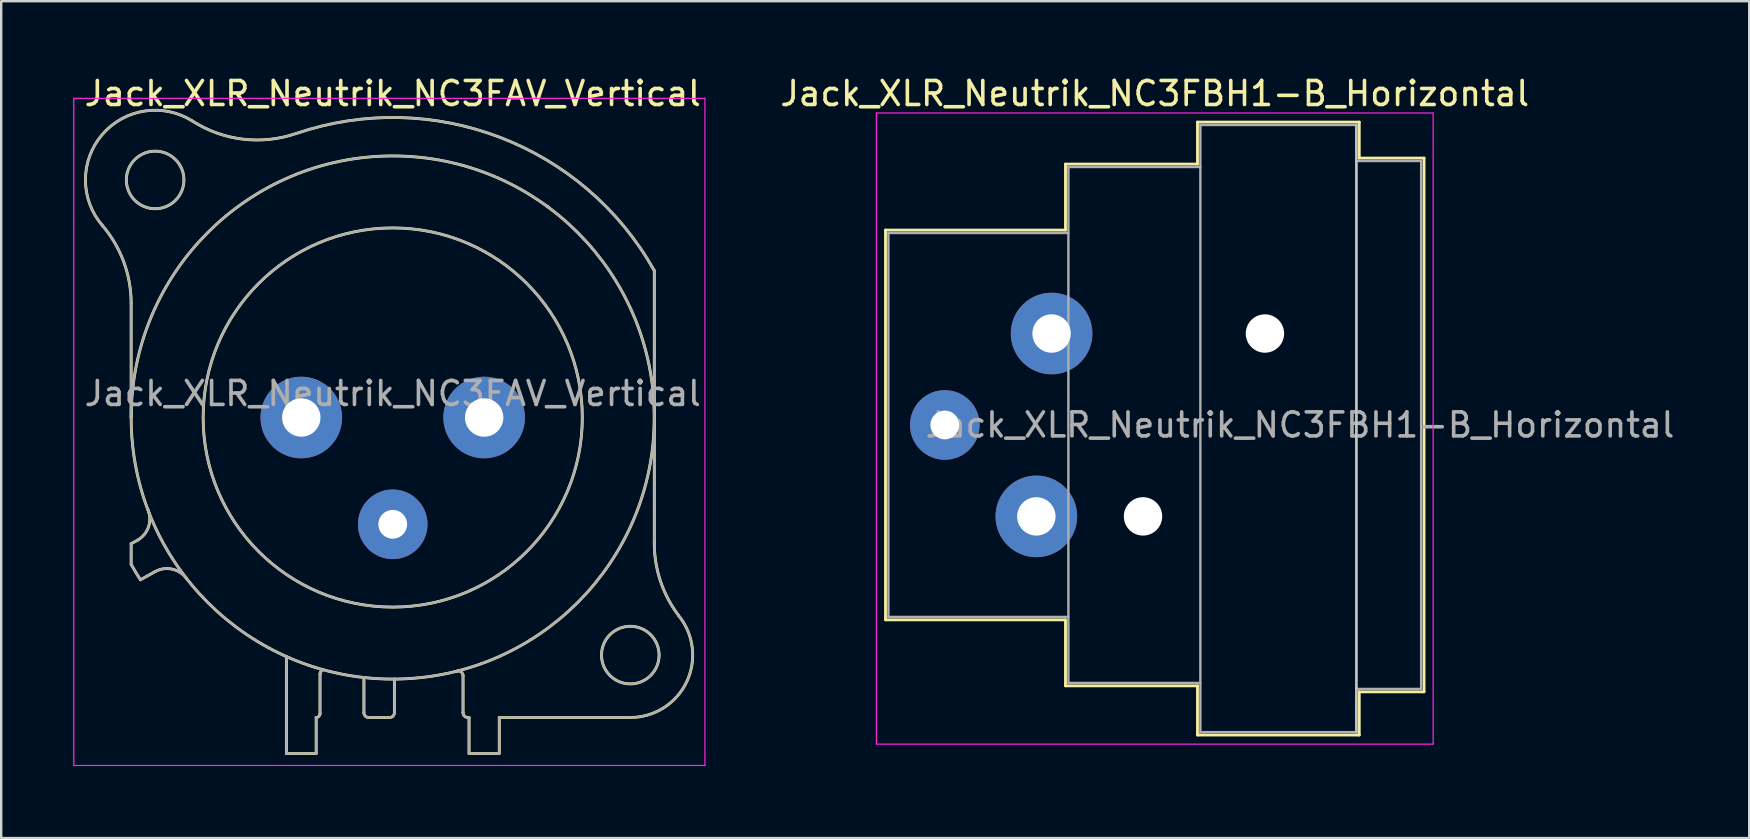
<source format=kicad_pcb>
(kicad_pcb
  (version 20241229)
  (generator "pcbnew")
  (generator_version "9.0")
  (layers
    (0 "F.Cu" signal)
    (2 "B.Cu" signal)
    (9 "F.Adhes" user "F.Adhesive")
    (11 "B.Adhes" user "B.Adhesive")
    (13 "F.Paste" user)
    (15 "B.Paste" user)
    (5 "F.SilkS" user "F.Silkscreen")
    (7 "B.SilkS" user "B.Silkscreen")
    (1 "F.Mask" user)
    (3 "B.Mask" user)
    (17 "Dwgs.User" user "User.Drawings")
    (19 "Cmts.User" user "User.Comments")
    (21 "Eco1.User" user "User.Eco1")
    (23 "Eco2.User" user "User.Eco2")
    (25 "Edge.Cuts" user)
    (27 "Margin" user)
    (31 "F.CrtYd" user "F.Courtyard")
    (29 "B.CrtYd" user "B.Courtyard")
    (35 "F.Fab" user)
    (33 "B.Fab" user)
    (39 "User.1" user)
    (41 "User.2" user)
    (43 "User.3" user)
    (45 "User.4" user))
  (footprint "Jack_XLR_Neutrik_NC3FBH1-B_Horizontal"
    (layer "F.Cu")
    (at 40.77 10.848)
    (property "Reference" "Jack_XLR_Neutrik_NC3FBH1-B_Horizontal" (at 4.3 -10 0) (layer "F.SilkS") (effects (font (size 1 1) (thickness 0.15))))
    (attr through_hole)
    (fp_line (start -6.92 -4.31) (end -6.92 11.93) (stroke (width 0.12) (type solid)) (layer "F.SilkS"))
    (fp_line (start 0.58 -7.06) (end 0.58 -4.31) (stroke (width 0.12) (type solid)) (layer "F.SilkS"))
    (fp_line (start 0.58 -4.31) (end -6.92 -4.31) (stroke (width 0.12) (type solid)) (layer "F.SilkS"))
    (fp_line (start 0.58 11.93) (end -6.92 11.93) (stroke (width 0.12) (type solid)) (layer "F.SilkS"))
    (fp_line (start 0.58 11.93) (end 0.58 14.68) (stroke (width 0.12) (type solid)) (layer "F.SilkS"))
    (fp_line (start 6.08 -7.06) (end 0.58 -7.06) (stroke (width 0.12) (type solid)) (layer "F.SilkS"))
    (fp_line (start 6.08 -7.06) (end 6.08 -8.81) (stroke (width 0.12) (type solid)) (layer "F.SilkS"))
    (fp_line (start 6.08 14.68) (end 0.58 14.68) (stroke (width 0.12) (type solid)) (layer "F.SilkS"))
    (fp_line (start 6.08 16.73) (end 6.08 14.68) (stroke (width 0.12) (type solid)) (layer "F.SilkS"))
    (fp_line (start 12.82 -8.81) (end 6.08 -8.81) (stroke (width 0.12) (type solid)) (layer "F.SilkS"))
    (fp_line (start 12.82 -8.81) (end 12.82 -7.31) (stroke (width 0.12) (type solid)) (layer "F.SilkS"))
    (fp_line (start 12.82 -7.31) (end 15.52 -7.31) (stroke (width 0.12) (type solid)) (layer "F.SilkS"))
    (fp_line (start 12.82 14.93) (end 12.82 16.73) (stroke (width 0.12) (type solid)) (layer "F.SilkS"))
    (fp_line (start 12.82 14.93) (end 15.52 14.93) (stroke (width 0.12) (type solid)) (layer "F.SilkS"))
    (fp_line (start 12.82 16.73) (end 6.08 16.73) (stroke (width 0.12) (type solid)) (layer "F.SilkS"))
    (fp_line (start 15.52 -7.31) (end 15.52 14.93) (stroke (width 0.12) (type solid)) (layer "F.SilkS"))
    (fp_line (start 12.7 -8.69) (end 12.7 16.61) (stroke (width 0.1) (type solid)) (layer "Dwgs.User"))
    (fp_line (start -7.3 -9.19) (end -7.3 17.11) (stroke (width 0.05) (type solid)) (layer "F.CrtYd"))
    (fp_line (start 15.9 -9.19) (end -7.3 -9.19) (stroke (width 0.05) (type solid)) (layer "F.CrtYd"))
    (fp_line (start 15.9 -9.19) (end 15.9 17.11) (stroke (width 0.05) (type solid)) (layer "F.CrtYd"))
    (fp_line (start 15.9 17.11) (end -7.3 17.11) (stroke (width 0.05) (type solid)) (layer "F.CrtYd"))
    (fp_line (start -6.8 -4.19) (end -6.8 11.81) (stroke (width 0.1) (type solid)) (layer "F.Fab"))
    (fp_line (start -6.8 11.81) (end 0.7 11.81) (stroke (width 0.1) (type solid)) (layer "F.Fab"))
    (fp_line (start 0.7 -6.94) (end 0.7 14.56) (stroke (width 0.1) (type solid)) (layer "F.Fab"))
    (fp_line (start 0.7 -4.19) (end -6.8 -4.19) (stroke (width 0.1) (type solid)) (layer "F.Fab"))
    (fp_line (start 0.7 14.56) (end 6.2 14.56) (stroke (width 0.1) (type solid)) (layer "F.Fab"))
    (fp_line (start 6.2 -8.69) (end 12.7 -8.69) (stroke (width 0.1) (type solid)) (layer "F.Fab"))
    (fp_line (start 6.2 -6.94) (end 0.7 -6.94) (stroke (width 0.1) (type solid)) (layer "F.Fab"))
    (fp_line (start 6.2 16.61) (end 6.2 -8.69) (stroke (width 0.1) (type solid)) (layer "F.Fab"))
    (fp_line (start 12.7 -8.69) (end 12.7 16.61) (stroke (width 0.1) (type solid)) (layer "F.Fab"))
    (fp_line (start 12.7 -7.19) (end 15.4 -7.19) (stroke (width 0.1) (type solid)) (layer "F.Fab"))
    (fp_line (start 12.7 16.61) (end 6.2 16.61) (stroke (width 0.1) (type solid)) (layer "F.Fab"))
    (fp_line (start 15.4 -7.19) (end 15.4 14.81) (stroke (width 0.1) (type solid)) (layer "F.Fab"))
    (fp_line (start 15.4 14.81) (end 12.7 14.81) (stroke (width 0.1) (type solid)) (layer "F.Fab"))
    (fp_text user "${REFERENCE}" (at 10.35 3.81 0) (layer "F.Fab") (effects (font (size 1 1) (thickness 0.15))))
    (pad "" np_thru_hole circle (at 3.81 7.62) (size 1.6 1.6) (drill 1.6) (layers "*.Cu" "*.Mask"))
    (pad "" np_thru_hole circle (at 8.89 0) (size 1.6 1.6) (drill 1.6) (layers "*.Cu" "*.Mask"))
    (pad "1" thru_hole circle (at 0 0) (size 3.4 3.4) (drill 1.6) (layers "*.Cu" "*.Mask"))
    (pad "2" thru_hole circle (at -0.635 7.62) (size 3.4 3.4) (drill 1.6) (layers "*.Cu" "*.Mask"))
    (pad "3" thru_hole circle (at -4.45 3.81) (size 2.9 2.9) (drill 1.2) (layers "*.Cu" "*.Mask")))
  (footprint "Jack_XLR_Neutrik_NC3FAV_Vertical"
    (layer "F.Cu")
    (at 17.125 14.348)
    (property "Reference" "Jack_XLR_Neutrik_NC3FAV_Vertical" (at -3.81 -13.5 0) (layer "F.SilkS") (effects (font (size 1 1) (thickness 0.15))))
    (attr through_hole)
    (fp_line (start -14.71 0) (end -14.71 -4.76) (stroke (width 0.12) (type solid)) (layer "F.SilkS"))
    (fp_line (start -14.71 5.26) (end -14.71 6.12) (stroke (width 0.12) (type solid)) (layer "F.SilkS"))
    (fp_line (start -14.44 5.11) (end -14.71 5.26) (stroke (width 0.12) (type solid)) (layer "F.SilkS"))
    (fp_line (start -14.32 6.76) (end -13.71 6.42) (stroke (width 0.12) (type solid)) (layer "F.SilkS"))
    (fp_line (start -8.24 9.96) (end -8.24 14) (stroke (width 0.12) (type solid)) (layer "F.SilkS"))
    (fp_line (start -7 12.5) (end -7 14) (stroke (width 0.12) (type solid)) (layer "F.SilkS"))
    (fp_line (start -7 14) (end -8.24 14) (stroke (width 0.12) (type solid)) (layer "F.SilkS"))
    (fp_line (start -6.84 12.34) (end -6.84 10.69) (stroke (width 0.12) (type solid)) (layer "F.SilkS"))
    (fp_line (start -5.01 10.83) (end -5.01 12.3) (stroke (width 0.12) (type solid)) (layer "F.SilkS"))
    (fp_line (start -3.94 12.5) (end -4.81 12.5) (stroke (width 0.12) (type solid)) (layer "F.SilkS"))
    (fp_line (start -3.74 10.9) (end -3.74 12.3) (stroke (width 0.12) (type solid)) (layer "F.SilkS"))
    (fp_line (start -0.88 12.3) (end -0.88 10.76) (stroke (width 0.12) (type solid)) (layer "F.SilkS"))
    (fp_line (start -0.63 12.5) (end -0.68 12.5) (stroke (width 0.12) (type solid)) (layer "F.SilkS"))
    (fp_line (start -0.63 12.5) (end -0.63 14) (stroke (width 0.12) (type solid)) (layer "F.SilkS"))
    (fp_line (start 0.62 14) (end -0.63 14) (stroke (width 0.12) (type solid)) (layer "F.SilkS"))
    (fp_line (start 0.63 12.5) (end 6.09 12.5) (stroke (width 0.12) (type solid)) (layer "F.SilkS"))
    (fp_line (start 0.63 14) (end 0.63 12.5) (stroke (width 0.12) (type solid)) (layer "F.SilkS"))
    (fp_line (start 7.09 5.24) (end 7.09 -6.12) (stroke (width 0.12) (type solid)) (layer "F.SilkS"))
    (fp_arc (start -15.908829 -8.000856) (mid -15.019313 -6.48774) (end -14.71 -4.76) (stroke (width 0.12) (type solid)) (layer "F.SilkS"))
    (fp_arc (start -15.908236 -8.001617) (mid -15.907486 -11.799251) (end -12.15 -12.35) (stroke (width 0.12) (type solid)) (layer "F.SilkS"))
    (fp_arc (start -14.32314 6.763008) (mid -14.521396 6.444407) (end -14.71 6.12) (stroke (width 0.12) (type solid)) (layer "F.SilkS"))
    (fp_arc (start -14.004283 3.855674) (mid -13.989213 4.56375) (end -14.44 5.11) (stroke (width 0.12) (type solid)) (layer "F.SilkS"))
    (fp_arc (start -13.71 6.42) (mid -13.01025 6.315915) (end -12.412202 6.693832) (stroke (width 0.12) (type solid)) (layer "F.SilkS"))
    (fp_arc (start -7.848035 -11.831177) (mid -10.058192 -11.599923) (end -12.15 -12.35) (stroke (width 0.12) (type solid)) (layer "F.SilkS"))
    (fp_arc (start -7.841153 -11.83276) (mid 0.657009 -11.675197) (end 7.09 -6.12) (stroke (width 0.12) (type solid)) (layer "F.SilkS"))
    (fp_arc (start -6.84 10.69) (mid -6.803713 10.578321) (end -6.708713 10.509299) (stroke (width 0.12) (type solid)) (layer "F.SilkS"))
    (fp_arc (start -6.84 12.34) (mid -6.886863 12.453137) (end -7 12.5) (stroke (width 0.12) (type solid)) (layer "F.SilkS"))
    (fp_arc (start -4.81 12.5) (mid -4.951421 12.441421) (end -5.01 12.3) (stroke (width 0.12) (type solid)) (layer "F.SilkS"))
    (fp_arc (start -3.74 12.3) (mid -3.798579 12.441421) (end -3.94 12.5) (stroke (width 0.12) (type solid)) (layer "F.SilkS"))
    (fp_arc (start -1.1294 10.566197) (mid -0.957281 10.602076) (end -0.88 10.76) (stroke (width 0.12) (type solid)) (layer "F.SilkS"))
    (fp_arc (start -0.68 12.5) (mid -0.821421 12.441421) (end -0.88 12.3) (stroke (width 0.12) (type solid)) (layer "F.SilkS"))
    (fp_arc (start 2.636924 -8.782671) (mid 2.628394 -8.791269) (end 2.62 -8.8) (stroke (width 0.12) (type solid)) (layer "F.SilkS"))
    (fp_arc (start 2.680052 -8.767734) (mid 2.65973 -8.7835) (end 2.64 -8.8) (stroke (width 0.12) (type solid)) (layer "F.SilkS"))
    (fp_arc (start 8.095865 8.245761) (mid 8.441704 11.008824) (end 6.09 12.5) (stroke (width 0.12) (type solid)) (layer "F.SilkS"))
    (fp_arc (start 8.098032 8.243976) (mid 7.348729 6.824298) (end 7.09 5.24) (stroke (width 0.12) (type solid)) (layer "F.SilkS"))
    (fp_circle (center -13.71 -9.9) (end -12.51 -9.9) (stroke (width 0.12) (type solid)) (fill no) (layer "F.SilkS"))
    (fp_circle (center -3.81 0) (end 4.09 0) (stroke (width 0.12) (type solid)) (fill no) (layer "F.SilkS"))
    (fp_circle (center -3.81 0) (end 7.09 0) (stroke (width 0.12) (type solid)) (fill no) (layer "F.SilkS"))
    (fp_circle (center 6.09 9.9) (end 7.29 9.9) (stroke (width 0.12) (type solid)) (fill no) (layer "F.SilkS"))
    (fp_line (start -17.1 -13.3) (end 9.2 -13.3) (stroke (width 0.05) (type solid)) (layer "F.CrtYd"))
    (fp_line (start -17.1 14.5) (end -17.1 -13.3) (stroke (width 0.05) (type solid)) (layer "F.CrtYd"))
    (fp_line (start 9.2 -13.3) (end 9.2 14.5) (stroke (width 0.05) (type solid)) (layer "F.CrtYd"))
    (fp_line (start 9.2 14.5) (end -17.1 14.5) (stroke (width 0.05) (type solid)) (layer "F.CrtYd"))
    (fp_line (start -14.71 0) (end -14.71 -4.76) (stroke (width 0.1) (type solid)) (layer "F.Fab"))
    (fp_line (start -14.71 5.26) (end -14.71 6.12) (stroke (width 0.1) (type solid)) (layer "F.Fab"))
    (fp_line (start -14.44 5.11) (end -14.71 5.26) (stroke (width 0.1) (type solid)) (layer "F.Fab"))
    (fp_line (start -14.32 6.76) (end -13.71 6.42) (stroke (width 0.1) (type solid)) (layer "F.Fab"))
    (fp_line (start -8.24 9.96) (end -8.24 14) (stroke (width 0.1) (type solid)) (layer "F.Fab"))
    (fp_line (start -7 12.5) (end -7 14) (stroke (width 0.1) (type solid)) (layer "F.Fab"))
    (fp_line (start -7 14) (end -8.24 14) (stroke (width 0.1) (type solid)) (layer "F.Fab"))
    (fp_line (start -6.84 12.34) (end -6.84 10.69) (stroke (width 0.1) (type solid)) (layer "F.Fab"))
    (fp_line (start -5.01 10.83) (end -5.01 12.3) (stroke (width 0.1) (type solid)) (layer "F.Fab"))
    (fp_line (start -3.94 12.5) (end -4.81 12.5) (stroke (width 0.1) (type solid)) (layer "F.Fab"))
    (fp_line (start -3.74 10.9) (end -3.74 12.3) (stroke (width 0.1) (type solid)) (layer "F.Fab"))
    (fp_line (start -0.88 12.3) (end -0.88 10.76) (stroke (width 0.1) (type solid)) (layer "F.Fab"))
    (fp_line (start -0.63 12.5) (end -0.68 12.5) (stroke (width 0.1) (type solid)) (layer "F.Fab"))
    (fp_line (start -0.63 12.5) (end -0.63 14) (stroke (width 0.1) (type solid)) (layer "F.Fab"))
    (fp_line (start 0.62 14) (end -0.63 14) (stroke (width 0.1) (type solid)) (layer "F.Fab"))
    (fp_line (start 0.63 12.5) (end 6.09 12.5) (stroke (width 0.1) (type solid)) (layer "F.Fab"))
    (fp_line (start 0.63 14) (end 0.63 12.5) (stroke (width 0.1) (type solid)) (layer "F.Fab"))
    (fp_line (start 7.09 5.24) (end 7.09 -6.12) (stroke (width 0.1) (type solid)) (layer "F.Fab"))
    (fp_arc (start -15.908829 -8.000856) (mid -15.019313 -6.48774) (end -14.71 -4.76) (stroke (width 0.1) (type solid)) (layer "F.Fab"))
    (fp_arc (start -15.908236 -8.001617) (mid -15.907486 -11.799251) (end -12.15 -12.35) (stroke (width 0.1) (type solid)) (layer "F.Fab"))
    (fp_arc (start -14.32314 6.763008) (mid -14.521396 6.444407) (end -14.71 6.12) (stroke (width 0.1) (type solid)) (layer "F.Fab"))
    (fp_arc (start -14.004283 3.855674) (mid -13.989213 4.56375) (end -14.44 5.11) (stroke (width 0.1) (type solid)) (layer "F.Fab"))
    (fp_arc (start -13.71 6.42) (mid -13.01025 6.315915) (end -12.412202 6.693832) (stroke (width 0.1) (type solid)) (layer "F.Fab"))
    (fp_arc (start -7.848035 -11.831177) (mid -10.058192 -11.599923) (end -12.15 -12.35) (stroke (width 0.1) (type solid)) (layer "F.Fab"))
    (fp_arc (start -7.841153 -11.83276) (mid 0.657009 -11.675197) (end 7.09 -6.12) (stroke (width 0.1) (type solid)) (layer "F.Fab"))
    (fp_arc (start -6.84 10.69) (mid -6.803713 10.578321) (end -6.708713 10.509299) (stroke (width 0.1) (type solid)) (layer "F.Fab"))
    (fp_arc (start -6.84 12.34) (mid -6.886863 12.453137) (end -7 12.5) (stroke (width 0.1) (type solid)) (layer "F.Fab"))
    (fp_arc (start -4.81 12.5) (mid -4.951421 12.441421) (end -5.01 12.3) (stroke (width 0.1) (type solid)) (layer "F.Fab"))
    (fp_arc (start -3.74 12.3) (mid -3.798579 12.441421) (end -3.94 12.5) (stroke (width 0.1) (type solid)) (layer "F.Fab"))
    (fp_arc (start -1.1294 10.566197) (mid -0.957281 10.602076) (end -0.88 10.76) (stroke (width 0.1) (type solid)) (layer "F.Fab"))
    (fp_arc (start -0.68 12.5) (mid -0.821421 12.441421) (end -0.88 12.3) (stroke (width 0.1) (type solid)) (layer "F.Fab"))
    (fp_arc (start 2.636924 -8.782671) (mid 2.628394 -8.791269) (end 2.62 -8.8) (stroke (width 0.1) (type solid)) (layer "F.Fab"))
    (fp_arc (start 2.680052 -8.767734) (mid 2.65973 -8.7835) (end 2.64 -8.8) (stroke (width 0.1) (type solid)) (layer "F.Fab"))
    (fp_arc (start 8.095865 8.245761) (mid 8.441704 11.008824) (end 6.09 12.5) (stroke (width 0.1) (type solid)) (layer "F.Fab"))
    (fp_arc (start 8.098032 8.243976) (mid 7.348729 6.824298) (end 7.09 5.24) (stroke (width 0.1) (type solid)) (layer "F.Fab"))
    (fp_circle (center -13.71 -9.9) (end -12.51 -9.9) (stroke (width 0.1) (type solid)) (fill no) (layer "F.Fab"))
    (fp_circle (center -3.81 0) (end 4.09 0) (stroke (width 0.1) (type solid)) (fill no) (layer "F.Fab"))
    (fp_circle (center -3.81 0) (end 7.09 0) (stroke (width 0.1) (type solid)) (fill no) (layer "F.Fab"))
    (fp_circle (center 6.09 9.9) (end 7.29 9.9) (stroke (width 0.1) (type solid)) (fill no) (layer "F.Fab"))
    (fp_text user "${REFERENCE}" (at -3.81 -1 0) (layer "F.Fab") (effects (font (size 1 1) (thickness 0.15))))
    (pad "1" thru_hole circle (at 0 0) (size 3.4 3.4) (drill 1.6) (layers "*.Cu" "*.Mask"))
    (pad "2" thru_hole circle (at -7.62 0) (size 3.4 3.4) (drill 1.6) (layers "*.Cu" "*.Mask"))
    (pad "3" thru_hole circle (at -3.81 4.45) (size 2.9 2.9) (drill 1.2) (layers "*.Cu" "*.Mask")))
  (gr_rect
    (start -3 -3)
    (end 69.84 31.873)
    (stroke (width 0.1) (type default))
    (fill no)
    (layer "Edge.Cuts")))
</source>
